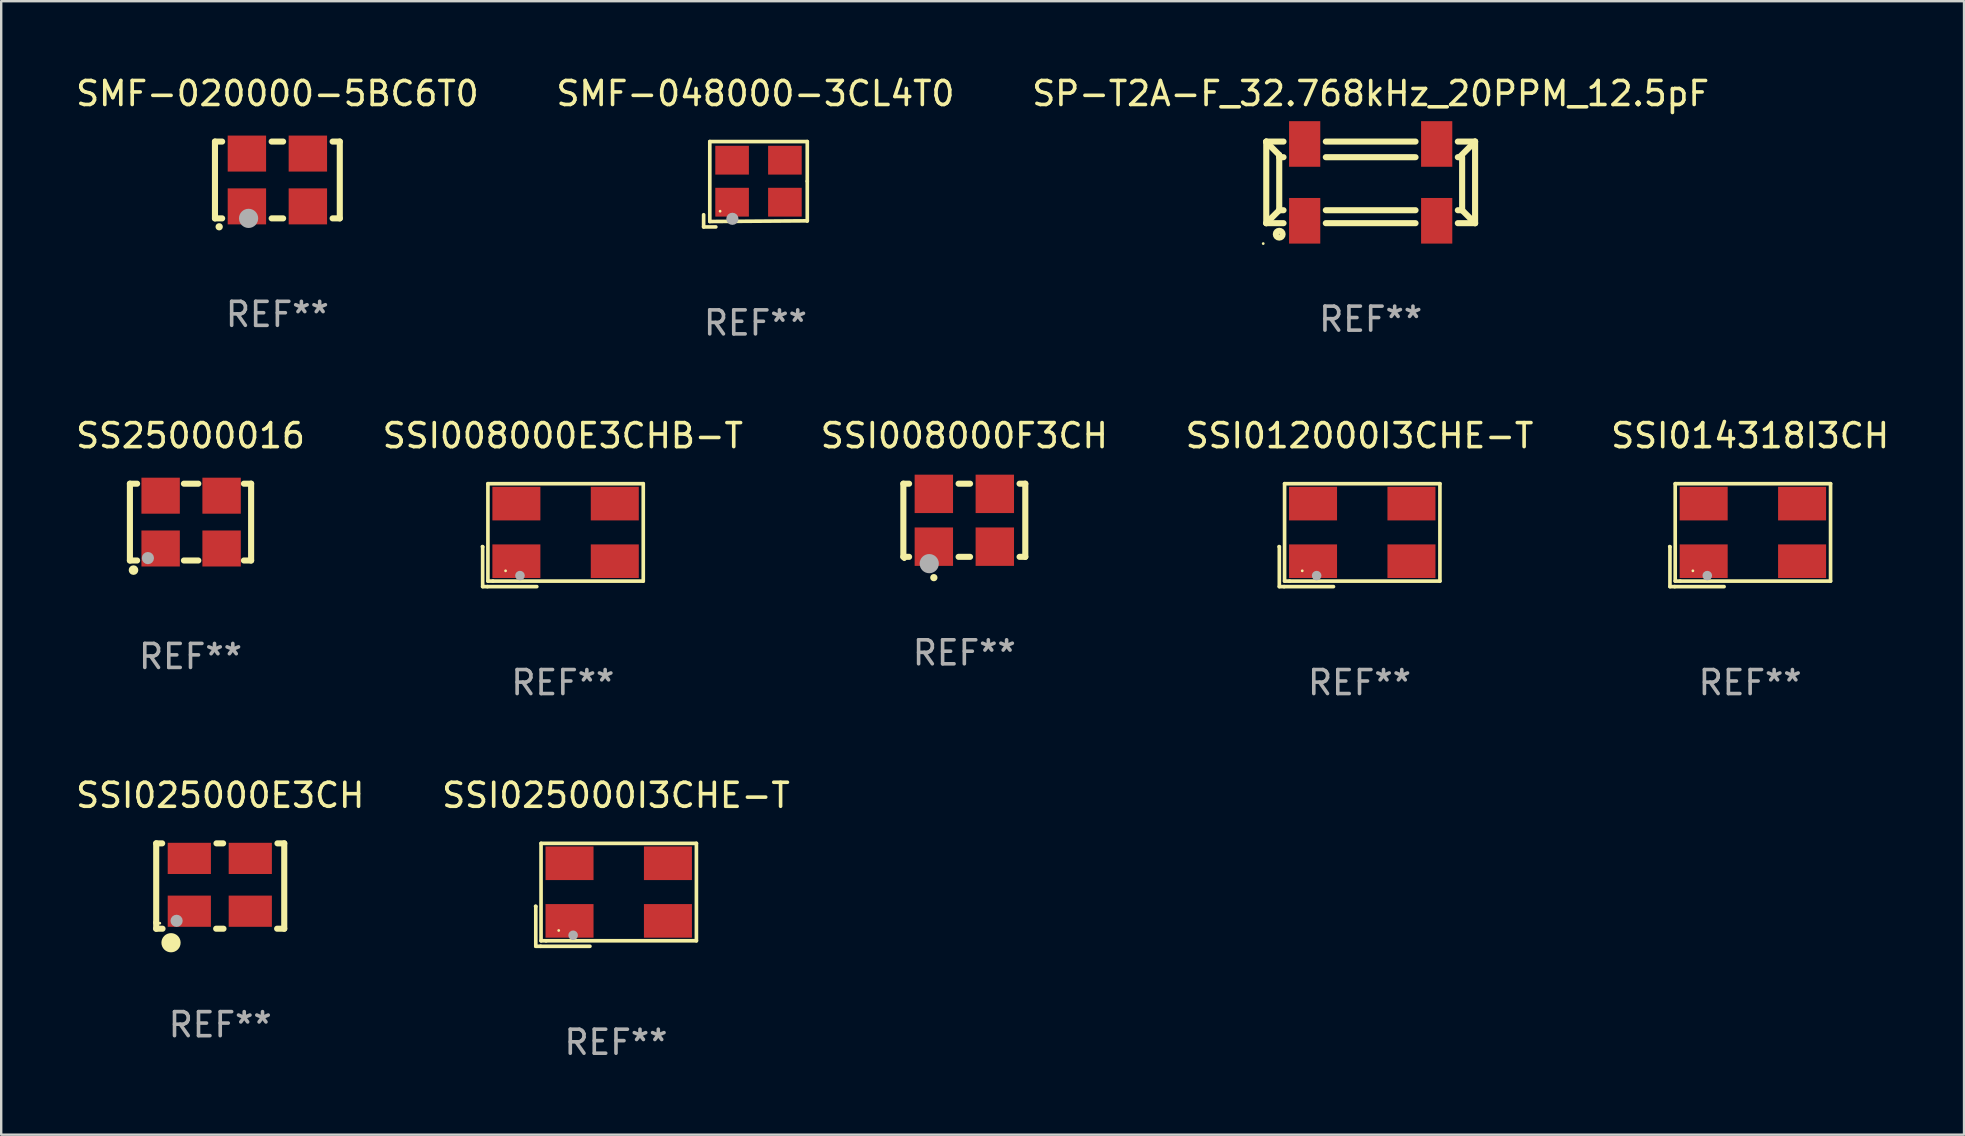
<source format=kicad_pcb>
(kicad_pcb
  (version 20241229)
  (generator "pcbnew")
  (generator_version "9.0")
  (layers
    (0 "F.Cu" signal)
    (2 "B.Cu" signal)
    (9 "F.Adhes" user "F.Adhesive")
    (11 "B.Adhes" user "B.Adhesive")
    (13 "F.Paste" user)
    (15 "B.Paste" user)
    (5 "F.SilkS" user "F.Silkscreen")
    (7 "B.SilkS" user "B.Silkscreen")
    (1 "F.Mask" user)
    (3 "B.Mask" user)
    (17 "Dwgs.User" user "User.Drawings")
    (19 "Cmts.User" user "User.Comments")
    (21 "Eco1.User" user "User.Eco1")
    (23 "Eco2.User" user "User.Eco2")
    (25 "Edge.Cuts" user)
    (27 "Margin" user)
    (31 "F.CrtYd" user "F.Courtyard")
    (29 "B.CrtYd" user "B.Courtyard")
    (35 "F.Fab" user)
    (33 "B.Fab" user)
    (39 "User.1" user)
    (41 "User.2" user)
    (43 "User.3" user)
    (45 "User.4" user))
  (footprint "SSI014318I3CH"
    (layer "F.Cu")
    (at 69.863 19.245)
    (property "Reference" "SSI014318I3CH" (at 0 -4.144 0) (layer "F.SilkS") (effects (font (size 1 1) (thickness 0.15))))
    (attr through_hole)
    (fp_line (start -3.35 0.476) (end -3.341 0.485) (stroke (width 0.152) (type solid)) (layer "F.SilkS"))
    (fp_line (start -3.341 0.485) (end -3.341 2.144) (stroke (width 0.152) (type solid)) (layer "F.SilkS"))
    (fp_line (start -3.341 2.144) (end -3.143 2.144) (stroke (width 0.152) (type solid)) (layer "F.SilkS"))
    (fp_line (start -3.143 2.144) (end -1.085 2.144) (stroke (width 0.152) (type solid)) (layer "F.SilkS"))
    (fp_line (start -3.122 -2.144) (end 3.35 -2.144) (stroke (width 0.152) (type solid)) (layer "F.SilkS"))
    (fp_line (start -3.122 1.915) (end -3.122 -2.144) (stroke (width 0.152) (type solid)) (layer "F.SilkS"))
    (fp_line (start -2.914 1.915) (end -3.122 1.915) (stroke (width 0.152) (type solid)) (layer "F.SilkS"))
    (fp_line (start 3.35 -2.144) (end 3.35 1.915) (stroke (width 0.152) (type solid)) (layer "F.SilkS"))
    (fp_line (start 3.35 1.915) (end -2.914 1.915) (stroke (width 0.152) (type solid)) (layer "F.SilkS"))
    (fp_circle (center -2.386 1.486) (end -2.356 1.486) (stroke (width 0.06) (type solid)) (fill no) (layer "F.SilkS"))
    (fp_circle (center -1.786 1.686) (end -1.686 1.686) (stroke (width 0.2) (type solid)) (fill no) (layer "F.Fab"))
    (fp_text user "REF**" (at 0 6.144 0) (layer "F.Fab") (effects (font (size 1 1) (thickness 0.15))))
    (pad "1" smd rect (at -1.936 1.086) (size 2 1.4) (layers "F.Cu" "F.Mask" "F.Paste"))
    (pad "2" smd rect (at 2.164 1.086) (size 2 1.4) (layers "F.Cu" "F.Mask" "F.Paste"))
    (pad "3" smd rect (at 2.164 -1.314) (size 2 1.4) (layers "F.Cu" "F.Mask" "F.Paste"))
    (pad "4" smd rect (at -1.936 -1.314) (size 2 1.4) (layers "F.Cu" "F.Mask" "F.Paste")))
  (footprint "SSI008000F3CH"
    (layer "F.Cu")
    (at 37.125 18.625)
    (property "Reference" "SSI008000F3CH" (at 0 -3.524 0) (layer "F.SilkS") (effects (font (size 1 1) (thickness 0.15))))
    (attr through_hole)
    (fp_line (start -2.54 -1.524) (end -2.301 -1.524) (stroke (width 0.254) (type solid)) (layer "F.SilkS"))
    (fp_line (start -2.54 1.524) (end -2.54 -1.524) (stroke (width 0.254) (type solid)) (layer "F.SilkS"))
    (fp_line (start -2.301 1.524) (end -2.54 1.524) (stroke (width 0.254) (type solid)) (layer "F.SilkS"))
    (fp_line (start -0.239 -1.524) (end 0.239 -1.524) (stroke (width 0.254) (type solid)) (layer "F.SilkS"))
    (fp_line (start 0.239 1.524) (end -0.239 1.524) (stroke (width 0.254) (type solid)) (layer "F.SilkS"))
    (fp_line (start 2.301 -1.524) (end 2.54 -1.524) (stroke (width 0.254) (type solid)) (layer "F.SilkS"))
    (fp_line (start 2.54 -1.524) (end 2.54 1.524) (stroke (width 0.254) (type solid)) (layer "F.SilkS"))
    (fp_line (start 2.54 1.524) (end 2.301 1.524) (stroke (width 0.254) (type solid)) (layer "F.SilkS"))
    (fp_arc (start -1.271298 2.389992) (mid -1.270028 2.389987) (end -1.268758 2.389992) (stroke (width 0.3) (type solid)) (layer "F.SilkS"))
    (fp_circle (center -2.5 1.6) (end -2.45 1.6) (stroke (width 0.1) (type solid)) (fill no) (layer "F.SilkS"))
    (fp_circle (center -1.462 1.807) (end -1.262 1.807) (stroke (width 0.4) (type solid)) (fill no) (layer "F.Fab"))
    (fp_text user "REF**" (at 0 5.524 0) (layer "F.Fab") (effects (font (size 1 1) (thickness 0.15))))
    (pad "1" smd rect (at -1.27 1.1) (size 1.6 1.6) (layers "F.Cu" "F.Mask" "F.Paste"))
    (pad "2" smd rect (at 1.27 1.1) (size 1.6 1.6) (layers "F.Cu" "F.Mask" "F.Paste"))
    (pad "3" smd rect (at 1.27 -1.1) (size 1.6 1.6) (layers "F.Cu" "F.Mask" "F.Paste"))
    (pad "4" smd rect (at -1.27 -1.1) (size 1.6 1.6) (layers "F.Cu" "F.Mask" "F.Paste")))
  (footprint "SSI025000E3CH"
    (layer "F.Cu")
    (at 6.125 33.863)
    (property "Reference" "SSI025000E3CH" (at 0 -3.778 0) (layer "F.SilkS") (effects (font (size 1 1) (thickness 0.15))))
    (attr through_hole)
    (fp_line (start -2.667 -1.778) (end -2.419 -1.778) (stroke (width 0.254) (type solid)) (layer "F.SilkS"))
    (fp_line (start -2.667 1.524) (end -2.667 -1.778) (stroke (width 0.254) (type solid)) (layer "F.SilkS"))
    (fp_line (start -2.667 1.778) (end -2.667 1.524) (stroke (width 0.254) (type solid)) (layer "F.SilkS"))
    (fp_line (start -2.404 1.778) (end -2.667 1.778) (stroke (width 0.254) (type solid)) (layer "F.SilkS"))
    (fp_line (start -0.156 -1.778) (end 0.121 -1.778) (stroke (width 0.254) (type solid)) (layer "F.SilkS"))
    (fp_line (start 0.136 1.778) (end -0.17 1.778) (stroke (width 0.254) (type solid)) (layer "F.SilkS"))
    (fp_line (start 2.384 -1.778) (end 2.667 -1.778) (stroke (width 0.254) (type solid)) (layer "F.SilkS"))
    (fp_line (start 2.667 -1.778) (end 2.667 1.778) (stroke (width 0.254) (type solid)) (layer "F.SilkS"))
    (fp_line (start 2.667 1.778) (end 2.37 1.778) (stroke (width 0.254) (type solid)) (layer "F.SilkS"))
    (fp_circle (center -2.517 1.549) (end -2.487 1.549) (stroke (width 0.06) (type solid)) (fill no) (layer "F.SilkS"))
    (fp_circle (center -2.05 2.362) (end -1.85 2.362) (stroke (width 0.4) (type solid)) (fill no) (layer "F.SilkS"))
    (fp_circle (center -1.818 1.449) (end -1.691 1.449) (stroke (width 0.254) (type solid)) (fill no) (layer "F.Fab"))
    (fp_text user "REF**" (at 0 5.778 0) (layer "F.Fab") (effects (font (size 1 1) (thickness 0.15))))
    (pad "1" smd rect (at -1.288 1.049) (size 1.8 1.3) (layers "F.Cu" "F.Mask" "F.Paste"))
    (pad "2" smd rect (at 1.252 1.049) (size 1.8 1.3) (layers "F.Cu" "F.Mask" "F.Paste"))
    (pad "3" smd rect (at 1.252 -1.151 180) (size 1.8 1.3) (layers "F.Cu" "F.Mask" "F.Paste"))
    (pad "4" smd rect (at -1.288 -1.151) (size 1.8 1.3) (layers "F.Cu" "F.Mask" "F.Paste")))
  (footprint "SP-T2A-F_32.768kHz_20PPM_12.5pF"
    (layer "F.Cu")
    (at 54.054 4.548)
    (property "Reference" "SP-T2A-F_32.768kHz_20PPM_12.5pF" (at 0 -3.7 0) (layer "F.SilkS") (effects (font (size 1 1) (thickness 0.15))))
    (attr through_hole)
    (fp_line (start -4.35 -1.7) (end -4.35 -1.683) (stroke (width 0.254) (type solid)) (layer "F.SilkS"))
    (fp_line (start -4.35 -1.7) (end -4.35 1.7) (stroke (width 0.254) (type solid)) (layer "F.SilkS"))
    (fp_line (start -4.35 -1.7) (end -3.631 -1.7) (stroke (width 0.254) (type solid)) (layer "F.SilkS"))
    (fp_line (start -4.35 -1.683) (end -3.81 -1.143) (stroke (width 0.254) (type solid)) (layer "F.SilkS"))
    (fp_line (start -4.35 1.7) (end -3.631 1.7) (stroke (width 0.254) (type solid)) (layer "F.SilkS"))
    (fp_line (start -3.81 -1.143) (end -3.81 1.16) (stroke (width 0.254) (type solid)) (layer "F.SilkS"))
    (fp_line (start -3.81 -1.049) (end -3.631 -1.049) (stroke (width 0.254) (type solid)) (layer "F.SilkS"))
    (fp_line (start -3.81 1.16) (end -4.35 1.7) (stroke (width 0.254) (type solid)) (layer "F.SilkS"))
    (fp_line (start -3.81 1.16) (end -3.631 1.16) (stroke (width 0.254) (type solid)) (layer "F.SilkS"))
    (fp_line (start -1.869 -1.7) (end 1.869 -1.7) (stroke (width 0.254) (type solid)) (layer "F.SilkS"))
    (fp_line (start -1.869 -1.049) (end 1.869 -1.049) (stroke (width 0.254) (type solid)) (layer "F.SilkS"))
    (fp_line (start -1.869 1.16) (end 1.869 1.16) (stroke (width 0.254) (type solid)) (layer "F.SilkS"))
    (fp_line (start -1.869 1.7) (end 1.869 1.7) (stroke (width 0.254) (type solid)) (layer "F.SilkS"))
    (fp_line (start 3.631 -1.7) (end 4.35 -1.7) (stroke (width 0.254) (type solid)) (layer "F.SilkS"))
    (fp_line (start 3.631 -1.049) (end 3.699 -1.049) (stroke (width 0.254) (type solid)) (layer "F.SilkS"))
    (fp_line (start 3.631 1.16) (end 3.81 1.16) (stroke (width 0.254) (type solid)) (layer "F.SilkS"))
    (fp_line (start 3.631 1.7) (end 4.35 1.7) (stroke (width 0.254) (type solid)) (layer "F.SilkS"))
    (fp_line (start 3.699 -1.049) (end 4.35 -1.7) (stroke (width 0.254) (type solid)) (layer "F.SilkS"))
    (fp_line (start 3.81 1.16) (end 3.81 -1.049) (stroke (width 0.254) (type solid)) (layer "F.SilkS"))
    (fp_line (start 3.81 1.16) (end 4.35 1.7) (stroke (width 0.254) (type solid)) (layer "F.SilkS"))
    (fp_line (start 4.35 -1.7) (end 4.35 1.7) (stroke (width 0.254) (type solid)) (layer "F.SilkS"))
    (fp_circle (center -4.477 2.55) (end -4.447 2.55) (stroke (width 0.06) (type solid)) (fill no) (layer "F.SilkS"))
    (fp_circle (center -3.81 2.159) (end -3.668 2.159) (stroke (width 0.254) (type solid)) (fill no) (layer "F.SilkS"))
    (fp_text user "REF**" (at 0 5.7 0) (layer "F.Fab") (effects (font (size 1 1) (thickness 0.15))))
    (pad "1" smd rect (at -2.75 1.6) (size 1.3 1.9) (layers "F.Cu" "F.Mask" "F.Paste"))
    (pad "2" smd rect (at 2.75 1.6) (size 1.3 1.9) (layers "F.Cu" "F.Mask" "F.Paste"))
    (pad "3" smd rect (at 2.75 -1.6) (size 1.3 1.9) (layers "F.Cu" "F.Mask" "F.Paste"))
    (pad "4" smd rect (at -2.75 -1.6) (size 1.3 1.9) (layers "F.Cu" "F.Mask" "F.Paste")))
  (footprint "SMF-020000-5BC6T0"
    (layer "F.Cu")
    (at 8.506 4.448)
    (property "Reference" "SMF-020000-5BC6T0" (at 0 -3.6 0) (layer "F.SilkS") (effects (font (size 1 1) (thickness 0.15))))
    (attr through_hole)
    (fp_line (start -2.6 -1.6) (end -2.301 -1.6) (stroke (width 0.254) (type solid)) (layer "F.SilkS"))
    (fp_line (start -2.6 1.6) (end -2.6 -1.6) (stroke (width 0.254) (type solid)) (layer "F.SilkS"))
    (fp_line (start -2.301 1.6) (end -2.6 1.6) (stroke (width 0.254) (type solid)) (layer "F.SilkS"))
    (fp_line (start -0.239 -1.6) (end 0.239 -1.6) (stroke (width 0.254) (type solid)) (layer "F.SilkS"))
    (fp_line (start 0.239 1.6) (end -0.239 1.6) (stroke (width 0.254) (type solid)) (layer "F.SilkS"))
    (fp_line (start 2.301 -1.6) (end 2.6 -1.6) (stroke (width 0.254) (type solid)) (layer "F.SilkS"))
    (fp_line (start 2.6 -1.6) (end 2.6 1.6) (stroke (width 0.254) (type solid)) (layer "F.SilkS"))
    (fp_line (start 2.6 1.6) (end 2.301 1.6) (stroke (width 0.254) (type solid)) (layer "F.SilkS"))
    (fp_arc (start -2.426213 1.949987) (mid -2.424943 1.949982) (end -2.423673 1.949987) (stroke (width 0.3) (type solid)) (layer "F.SilkS"))
    (fp_circle (center -2.5 1.6) (end -2.47 1.6) (stroke (width 0.06) (type solid)) (fill no) (layer "F.SilkS"))
    (fp_circle (center -1.2 1.6) (end -1 1.6) (stroke (width 0.4) (type solid)) (fill no) (layer "F.Fab"))
    (fp_text user "REF**" (at 0 5.6 0) (layer "F.Fab") (effects (font (size 1 1) (thickness 0.15))))
    (pad "1" smd rect (at -1.27 1.1) (size 1.6 1.5) (layers "F.Cu" "F.Mask" "F.Paste"))
    (pad "2" smd rect (at 1.27 1.1) (size 1.6 1.5) (layers "F.Cu" "F.Mask" "F.Paste"))
    (pad "3" smd rect (at 1.27 -1.1) (size 1.6 1.5) (layers "F.Cu" "F.Mask" "F.Paste"))
    (pad "4" smd rect (at -1.27 -1.1) (size 1.6 1.5) (layers "F.Cu" "F.Mask" "F.Paste")))
  (footprint "SSI008000E3CHB-T"
    (layer "F.Cu")
    (at 20.399 19.245)
    (property "Reference" "SSI008000E3CHB-T" (at 0 -4.144 0) (layer "F.SilkS") (effects (font (size 1 1) (thickness 0.15))))
    (attr through_hole)
    (fp_line (start -3.35 0.476) (end -3.341 0.485) (stroke (width 0.152) (type solid)) (layer "F.SilkS"))
    (fp_line (start -3.341 0.485) (end -3.341 2.144) (stroke (width 0.152) (type solid)) (layer "F.SilkS"))
    (fp_line (start -3.341 2.144) (end -3.143 2.144) (stroke (width 0.152) (type solid)) (layer "F.SilkS"))
    (fp_line (start -3.143 2.144) (end -1.085 2.144) (stroke (width 0.152) (type solid)) (layer "F.SilkS"))
    (fp_line (start -3.122 -2.144) (end 3.35 -2.144) (stroke (width 0.152) (type solid)) (layer "F.SilkS"))
    (fp_line (start -3.122 1.915) (end -3.122 -2.144) (stroke (width 0.152) (type solid)) (layer "F.SilkS"))
    (fp_line (start -2.914 1.915) (end -3.122 1.915) (stroke (width 0.152) (type solid)) (layer "F.SilkS"))
    (fp_line (start 3.35 -2.144) (end 3.35 1.915) (stroke (width 0.152) (type solid)) (layer "F.SilkS"))
    (fp_line (start 3.35 1.915) (end -2.914 1.915) (stroke (width 0.152) (type solid)) (layer "F.SilkS"))
    (fp_circle (center -2.386 1.486) (end -2.356 1.486) (stroke (width 0.06) (type solid)) (fill no) (layer "F.SilkS"))
    (fp_circle (center -1.786 1.686) (end -1.686 1.686) (stroke (width 0.2) (type solid)) (fill no) (layer "F.Fab"))
    (fp_text user "REF**" (at 0 6.144 0) (layer "F.Fab") (effects (font (size 1 1) (thickness 0.15))))
    (pad "1" smd rect (at -1.936 1.086) (size 2 1.4) (layers "F.Cu" "F.Mask" "F.Paste"))
    (pad "2" smd rect (at 2.164 1.086) (size 2 1.4) (layers "F.Cu" "F.Mask" "F.Paste"))
    (pad "3" smd rect (at 2.164 -1.314) (size 2 1.4) (layers "F.Cu" "F.Mask" "F.Paste"))
    (pad "4" smd rect (at -1.936 -1.314) (size 2 1.4) (layers "F.Cu" "F.Mask" "F.Paste")))
  (footprint "SSI025000I3CHE-T"
    (layer "F.Cu")
    (at 22.613 34.229)
    (property "Reference" "SSI025000I3CHE-T" (at 0 -4.144 0) (layer "F.SilkS") (effects (font (size 1 1) (thickness 0.15))))
    (attr through_hole)
    (fp_line (start -3.35 0.476) (end -3.341 0.485) (stroke (width 0.152) (type solid)) (layer "F.SilkS"))
    (fp_line (start -3.341 0.485) (end -3.341 2.144) (stroke (width 0.152) (type solid)) (layer "F.SilkS"))
    (fp_line (start -3.341 2.144) (end -3.143 2.144) (stroke (width 0.152) (type solid)) (layer "F.SilkS"))
    (fp_line (start -3.143 2.144) (end -1.085 2.144) (stroke (width 0.152) (type solid)) (layer "F.SilkS"))
    (fp_line (start -3.122 -2.144) (end 3.35 -2.144) (stroke (width 0.152) (type solid)) (layer "F.SilkS"))
    (fp_line (start -3.122 1.915) (end -3.122 -2.144) (stroke (width 0.152) (type solid)) (layer "F.SilkS"))
    (fp_line (start -2.914 1.915) (end -3.122 1.915) (stroke (width 0.152) (type solid)) (layer "F.SilkS"))
    (fp_line (start 3.35 -2.144) (end 3.35 1.915) (stroke (width 0.152) (type solid)) (layer "F.SilkS"))
    (fp_line (start 3.35 1.915) (end -2.914 1.915) (stroke (width 0.152) (type solid)) (layer "F.SilkS"))
    (fp_circle (center -2.386 1.486) (end -2.356 1.486) (stroke (width 0.06) (type solid)) (fill no) (layer "F.SilkS"))
    (fp_circle (center -1.786 1.686) (end -1.686 1.686) (stroke (width 0.2) (type solid)) (fill no) (layer "F.Fab"))
    (fp_text user "REF**" (at 0 6.144 0) (layer "F.Fab") (effects (font (size 1 1) (thickness 0.15))))
    (pad "1" smd rect (at -1.936 1.086) (size 2 1.4) (layers "F.Cu" "F.Mask" "F.Paste"))
    (pad "2" smd rect (at 2.164 1.086) (size 2 1.4) (layers "F.Cu" "F.Mask" "F.Paste"))
    (pad "3" smd rect (at 2.164 -1.314) (size 2 1.4) (layers "F.Cu" "F.Mask" "F.Paste"))
    (pad "4" smd rect (at -1.936 -1.314) (size 2 1.4) (layers "F.Cu" "F.Mask" "F.Paste")))
  (footprint "SMF-048000-3CL4T0"
    (layer "F.Cu")
    (at 28.423 4.626)
    (property "Reference" "SMF-048000-3CL4T0" (at 0 -3.778 0) (layer "F.SilkS") (effects (font (size 1 1) (thickness 0.15))))
    (attr through_hole)
    (fp_line (start -2.159 1.27) (end -2.159 1.778) (stroke (width 0.152) (type solid)) (layer "F.SilkS"))
    (fp_line (start -2.159 1.778) (end -1.651 1.778) (stroke (width 0.152) (type solid)) (layer "F.SilkS"))
    (fp_line (start -1.902 -1.778) (end 2.159 -1.778) (stroke (width 0.152) (type solid)) (layer "F.SilkS"))
    (fp_line (start -1.902 1.552) (end -1.902 -1.778) (stroke (width 0.152) (type solid)) (layer "F.SilkS"))
    (fp_line (start 2.159 -1.778) (end 2.159 -0.127) (stroke (width 0.152) (type solid)) (layer "F.SilkS"))
    (fp_line (start 2.159 -0.127) (end 2.159 1.524) (stroke (width 0.152) (type solid)) (layer "F.SilkS"))
    (fp_line (start 2.159 1.524) (end -1.902 1.552) (stroke (width 0.152) (type solid)) (layer "F.SilkS"))
    (fp_line (start 2.159 1.524) (end 2.159 1.524) (stroke (width 0.152) (type solid)) (layer "F.SilkS"))
    (fp_circle (center -1.473 1.123) (end -1.443 1.123) (stroke (width 0.06) (type solid)) (fill no) (layer "F.SilkS"))
    (fp_circle (center -0.961 1.44) (end -0.834 1.44) (stroke (width 0.254) (type solid)) (fill no) (layer "F.Fab"))
    (fp_text user "REF**" (at 0 5.778 0) (layer "F.Fab") (effects (font (size 1 1) (thickness 0.15))))
    (pad "1" smd rect (at -0.973 0.748) (size 1.4 1.2) (layers "F.Cu" "F.Mask" "F.Paste"))
    (pad "2" smd rect (at 1.227 0.748) (size 1.4 1.2) (layers "F.Cu" "F.Mask" "F.Paste"))
    (pad "3" smd rect (at 1.227 -1.002) (size 1.4 1.2) (layers "F.Cu" "F.Mask" "F.Paste"))
    (pad "4" smd rect (at -0.973 -1.002) (size 1.4 1.2) (layers "F.Cu" "F.Mask" "F.Paste")))
  (footprint "SS25000016"
    (layer "F.Cu")
    (at 4.887 18.701)
    (property "Reference" "SS25000016" (at 0 -3.6 0) (layer "F.SilkS") (effects (font (size 1 1) (thickness 0.15))))
    (attr through_hole)
    (fp_line (start -2.525 -1.6) (end -2.225 -1.6) (stroke (width 0.254) (type solid)) (layer "F.SilkS"))
    (fp_line (start -2.525 1.6) (end -2.525 -1.6) (stroke (width 0.254) (type solid)) (layer "F.SilkS"))
    (fp_line (start -2.225 1.6) (end -2.525 1.6) (stroke (width 0.254) (type solid)) (layer "F.SilkS"))
    (fp_line (start -0.275 -1.6) (end 0.325 -1.6) (stroke (width 0.254) (type solid)) (layer "F.SilkS"))
    (fp_line (start -0.275 1.6) (end 0.325 1.6) (stroke (width 0.254) (type solid)) (layer "F.SilkS"))
    (fp_line (start 2.225 -1.6) (end 2.525 -1.6) (stroke (width 0.254) (type solid)) (layer "F.SilkS"))
    (fp_line (start 2.525 -1.6) (end 2.525 1.6) (stroke (width 0.254) (type solid)) (layer "F.SilkS"))
    (fp_line (start 2.525 1.6) (end 2.225 1.6) (stroke (width 0.254) (type solid)) (layer "F.SilkS"))
    (fp_circle (center -2.475 1.65) (end -2.445 1.65) (stroke (width 0.06) (type solid)) (fill no) (layer "F.SilkS"))
    (fp_circle (center -2.375 2) (end -2.275 2) (stroke (width 0.2) (type solid)) (fill no) (layer "F.SilkS"))
    (fp_circle (center -1.775 1.5) (end -1.648 1.5) (stroke (width 0.254) (type solid)) (fill no) (layer "F.Fab"))
    (fp_text user "REF**" (at 0 5.6 0) (layer "F.Fab") (effects (font (size 1 1) (thickness 0.15))))
    (pad "1" smd rect (at -1.245 1.1) (size 1.6 1.5) (layers "F.Cu" "F.Mask" "F.Paste"))
    (pad "2" smd rect (at 1.295 1.1) (size 1.6 1.5) (layers "F.Cu" "F.Mask" "F.Paste"))
    (pad "3" smd rect (at 1.295 -1.1 180) (size 1.6 1.5) (layers "F.Cu" "F.Mask" "F.Paste"))
    (pad "4" smd rect (at -1.245 -1.1) (size 1.6 1.5) (layers "F.Cu" "F.Mask" "F.Paste")))
  (footprint "SSI012000I3CHE-T"
    (layer "F.Cu")
    (at 53.589 19.245)
    (property "Reference" "SSI012000I3CHE-T" (at 0 -4.144 0) (layer "F.SilkS") (effects (font (size 1 1) (thickness 0.15))))
    (attr through_hole)
    (fp_line (start -3.35 0.476) (end -3.341 0.485) (stroke (width 0.152) (type solid)) (layer "F.SilkS"))
    (fp_line (start -3.341 0.485) (end -3.341 2.144) (stroke (width 0.152) (type solid)) (layer "F.SilkS"))
    (fp_line (start -3.341 2.144) (end -3.143 2.144) (stroke (width 0.152) (type solid)) (layer "F.SilkS"))
    (fp_line (start -3.143 2.144) (end -1.085 2.144) (stroke (width 0.152) (type solid)) (layer "F.SilkS"))
    (fp_line (start -3.122 -2.144) (end 3.35 -2.144) (stroke (width 0.152) (type solid)) (layer "F.SilkS"))
    (fp_line (start -3.122 1.915) (end -3.122 -2.144) (stroke (width 0.152) (type solid)) (layer "F.SilkS"))
    (fp_line (start -2.914 1.915) (end -3.122 1.915) (stroke (width 0.152) (type solid)) (layer "F.SilkS"))
    (fp_line (start 3.35 -2.144) (end 3.35 1.915) (stroke (width 0.152) (type solid)) (layer "F.SilkS"))
    (fp_line (start 3.35 1.915) (end -2.914 1.915) (stroke (width 0.152) (type solid)) (layer "F.SilkS"))
    (fp_circle (center -2.386 1.486) (end -2.356 1.486) (stroke (width 0.06) (type solid)) (fill no) (layer "F.SilkS"))
    (fp_circle (center -1.786 1.686) (end -1.686 1.686) (stroke (width 0.2) (type solid)) (fill no) (layer "F.Fab"))
    (fp_text user "REF**" (at 0 6.144 0) (layer "F.Fab") (effects (font (size 1 1) (thickness 0.15))))
    (pad "1" smd rect (at -1.936 1.086) (size 2 1.4) (layers "F.Cu" "F.Mask" "F.Paste"))
    (pad "2" smd rect (at 2.164 1.086) (size 2 1.4) (layers "F.Cu" "F.Mask" "F.Paste"))
    (pad "3" smd rect (at 2.164 -1.314) (size 2 1.4) (layers "F.Cu" "F.Mask" "F.Paste"))
    (pad "4" smd rect (at -1.936 -1.314) (size 2 1.4) (layers "F.Cu" "F.Mask" "F.Paste")))
  (gr_rect
    (start -3 -3)
    (end 78.774 44.221)
    (stroke (width 0.1) (type default))
    (fill no)
    (layer "Edge.Cuts")))
</source>
